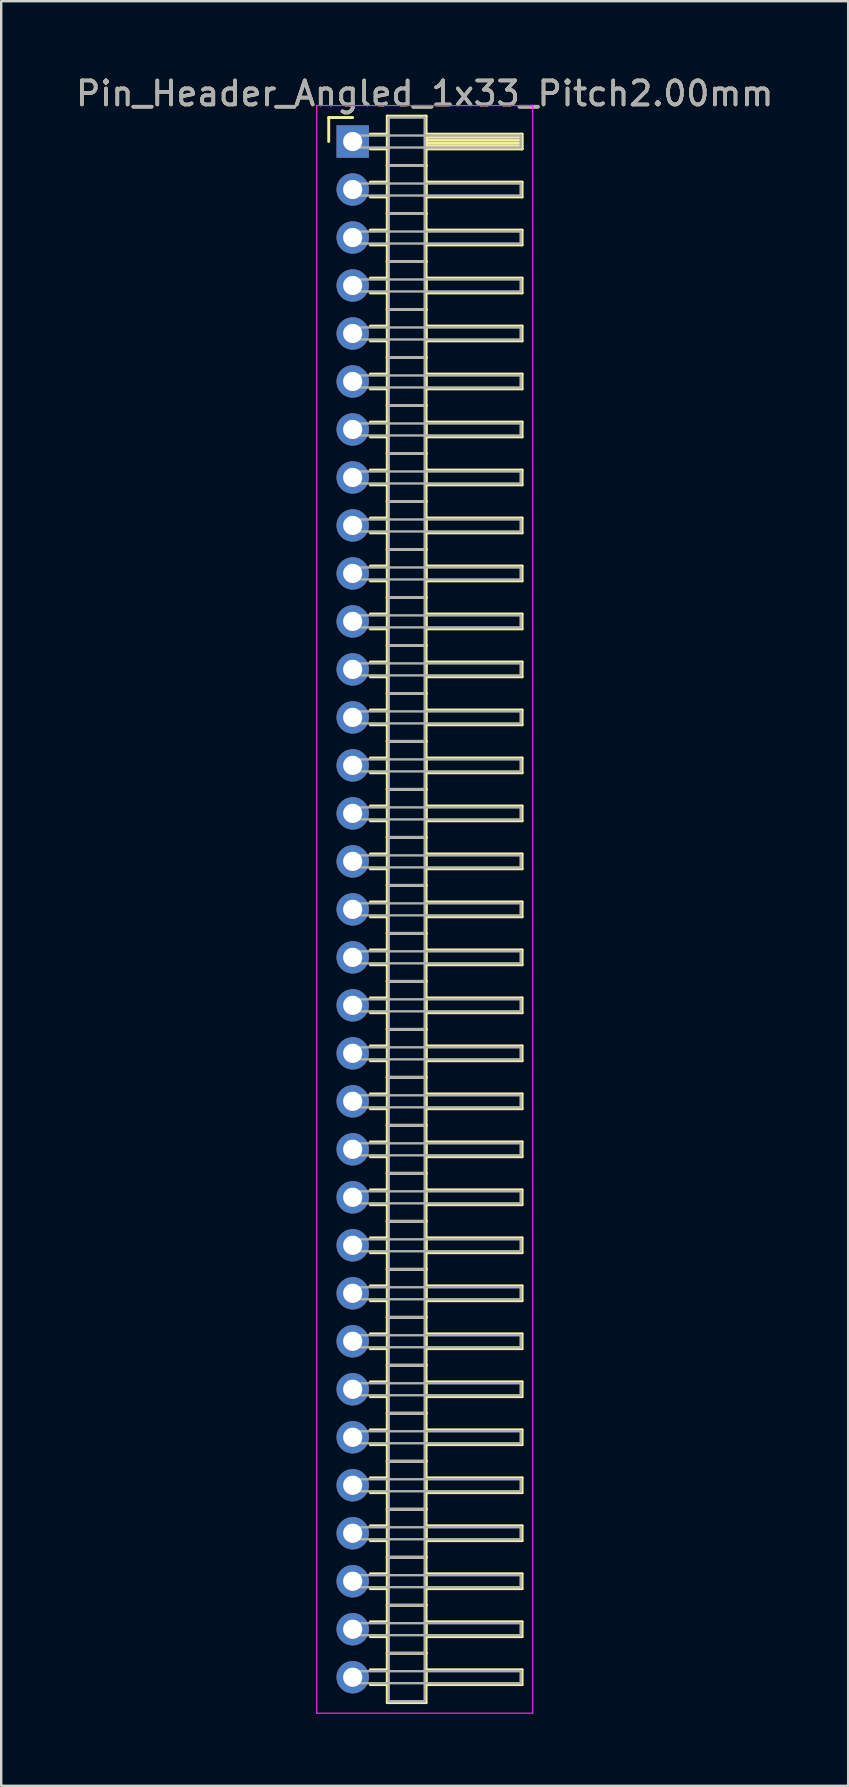
<source format=kicad_pcb>
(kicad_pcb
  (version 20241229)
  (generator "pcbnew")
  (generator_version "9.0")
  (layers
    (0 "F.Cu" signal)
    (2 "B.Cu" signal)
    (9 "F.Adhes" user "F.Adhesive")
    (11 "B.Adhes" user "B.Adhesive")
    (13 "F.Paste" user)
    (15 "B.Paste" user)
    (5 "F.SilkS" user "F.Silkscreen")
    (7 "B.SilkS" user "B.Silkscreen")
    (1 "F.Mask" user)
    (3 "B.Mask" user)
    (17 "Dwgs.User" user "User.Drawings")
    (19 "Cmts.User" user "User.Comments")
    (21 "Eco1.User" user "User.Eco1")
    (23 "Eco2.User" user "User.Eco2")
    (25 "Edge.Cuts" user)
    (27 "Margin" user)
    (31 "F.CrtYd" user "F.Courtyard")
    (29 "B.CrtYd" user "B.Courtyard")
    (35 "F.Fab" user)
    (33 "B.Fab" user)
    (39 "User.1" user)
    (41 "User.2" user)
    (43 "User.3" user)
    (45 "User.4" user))
  (footprint "Pin_Header_Angled_1x33_Pitch2.00mm"
    (layer "F.Cu")
    (at 11.649 2.848)
    (property "Reference" "Pin_Header_Angled_1x33_Pitch2.00mm" (at 3 -2 0) (layer "F.SilkS") (effects (font (size 1 1) (thickness 0.15))))
    (attr through_hole)
    (fp_line (start -1 -1) (end 0 -1) (stroke (width 0.12) (type solid)) (layer "F.SilkS"))
    (fp_line (start -1 0) (end -1 -1) (stroke (width 0.12) (type solid)) (layer "F.SilkS"))
    (fp_line (start 0.735 -0.31) (end 1.44 -0.31) (stroke (width 0.12) (type solid)) (layer "F.SilkS"))
    (fp_line (start 0.735 0.31) (end 1.44 0.31) (stroke (width 0.12) (type solid)) (layer "F.SilkS"))
    (fp_line (start 0.735 1.69) (end 1.44 1.69) (stroke (width 0.12) (type solid)) (layer "F.SilkS"))
    (fp_line (start 0.735 2.31) (end 1.44 2.31) (stroke (width 0.12) (type solid)) (layer "F.SilkS"))
    (fp_line (start 0.735 3.69) (end 1.44 3.69) (stroke (width 0.12) (type solid)) (layer "F.SilkS"))
    (fp_line (start 0.735 4.31) (end 1.44 4.31) (stroke (width 0.12) (type solid)) (layer "F.SilkS"))
    (fp_line (start 0.735 5.69) (end 1.44 5.69) (stroke (width 0.12) (type solid)) (layer "F.SilkS"))
    (fp_line (start 0.735 6.31) (end 1.44 6.31) (stroke (width 0.12) (type solid)) (layer "F.SilkS"))
    (fp_line (start 0.735 7.69) (end 1.44 7.69) (stroke (width 0.12) (type solid)) (layer "F.SilkS"))
    (fp_line (start 0.735 8.31) (end 1.44 8.31) (stroke (width 0.12) (type solid)) (layer "F.SilkS"))
    (fp_line (start 0.735 9.69) (end 1.44 9.69) (stroke (width 0.12) (type solid)) (layer "F.SilkS"))
    (fp_line (start 0.735 10.31) (end 1.44 10.31) (stroke (width 0.12) (type solid)) (layer "F.SilkS"))
    (fp_line (start 0.735 11.69) (end 1.44 11.69) (stroke (width 0.12) (type solid)) (layer "F.SilkS"))
    (fp_line (start 0.735 12.31) (end 1.44 12.31) (stroke (width 0.12) (type solid)) (layer "F.SilkS"))
    (fp_line (start 0.735 13.69) (end 1.44 13.69) (stroke (width 0.12) (type solid)) (layer "F.SilkS"))
    (fp_line (start 0.735 14.31) (end 1.44 14.31) (stroke (width 0.12) (type solid)) (layer "F.SilkS"))
    (fp_line (start 0.735 15.69) (end 1.44 15.69) (stroke (width 0.12) (type solid)) (layer "F.SilkS"))
    (fp_line (start 0.735 16.31) (end 1.44 16.31) (stroke (width 0.12) (type solid)) (layer "F.SilkS"))
    (fp_line (start 0.735 17.69) (end 1.44 17.69) (stroke (width 0.12) (type solid)) (layer "F.SilkS"))
    (fp_line (start 0.735 18.31) (end 1.44 18.31) (stroke (width 0.12) (type solid)) (layer "F.SilkS"))
    (fp_line (start 0.735 19.69) (end 1.44 19.69) (stroke (width 0.12) (type solid)) (layer "F.SilkS"))
    (fp_line (start 0.735 20.31) (end 1.44 20.31) (stroke (width 0.12) (type solid)) (layer "F.SilkS"))
    (fp_line (start 0.735 21.69) (end 1.44 21.69) (stroke (width 0.12) (type solid)) (layer "F.SilkS"))
    (fp_line (start 0.735 22.31) (end 1.44 22.31) (stroke (width 0.12) (type solid)) (layer "F.SilkS"))
    (fp_line (start 0.735 23.69) (end 1.44 23.69) (stroke (width 0.12) (type solid)) (layer "F.SilkS"))
    (fp_line (start 0.735 24.31) (end 1.44 24.31) (stroke (width 0.12) (type solid)) (layer "F.SilkS"))
    (fp_line (start 0.735 25.69) (end 1.44 25.69) (stroke (width 0.12) (type solid)) (layer "F.SilkS"))
    (fp_line (start 0.735 26.31) (end 1.44 26.31) (stroke (width 0.12) (type solid)) (layer "F.SilkS"))
    (fp_line (start 0.735 27.69) (end 1.44 27.69) (stroke (width 0.12) (type solid)) (layer "F.SilkS"))
    (fp_line (start 0.735 28.31) (end 1.44 28.31) (stroke (width 0.12) (type solid)) (layer "F.SilkS"))
    (fp_line (start 0.735 29.69) (end 1.44 29.69) (stroke (width 0.12) (type solid)) (layer "F.SilkS"))
    (fp_line (start 0.735 30.31) (end 1.44 30.31) (stroke (width 0.12) (type solid)) (layer "F.SilkS"))
    (fp_line (start 0.735 31.69) (end 1.44 31.69) (stroke (width 0.12) (type solid)) (layer "F.SilkS"))
    (fp_line (start 0.735 32.31) (end 1.44 32.31) (stroke (width 0.12) (type solid)) (layer "F.SilkS"))
    (fp_line (start 0.735 33.69) (end 1.44 33.69) (stroke (width 0.12) (type solid)) (layer "F.SilkS"))
    (fp_line (start 0.735 34.31) (end 1.44 34.31) (stroke (width 0.12) (type solid)) (layer "F.SilkS"))
    (fp_line (start 0.735 35.69) (end 1.44 35.69) (stroke (width 0.12) (type solid)) (layer "F.SilkS"))
    (fp_line (start 0.735 36.31) (end 1.44 36.31) (stroke (width 0.12) (type solid)) (layer "F.SilkS"))
    (fp_line (start 0.735 37.69) (end 1.44 37.69) (stroke (width 0.12) (type solid)) (layer "F.SilkS"))
    (fp_line (start 0.735 38.31) (end 1.44 38.31) (stroke (width 0.12) (type solid)) (layer "F.SilkS"))
    (fp_line (start 0.735 39.69) (end 1.44 39.69) (stroke (width 0.12) (type solid)) (layer "F.SilkS"))
    (fp_line (start 0.735 40.31) (end 1.44 40.31) (stroke (width 0.12) (type solid)) (layer "F.SilkS"))
    (fp_line (start 0.735 41.69) (end 1.44 41.69) (stroke (width 0.12) (type solid)) (layer "F.SilkS"))
    (fp_line (start 0.735 42.31) (end 1.44 42.31) (stroke (width 0.12) (type solid)) (layer "F.SilkS"))
    (fp_line (start 0.735 43.69) (end 1.44 43.69) (stroke (width 0.12) (type solid)) (layer "F.SilkS"))
    (fp_line (start 0.735 44.31) (end 1.44 44.31) (stroke (width 0.12) (type solid)) (layer "F.SilkS"))
    (fp_line (start 0.735 45.69) (end 1.44 45.69) (stroke (width 0.12) (type solid)) (layer "F.SilkS"))
    (fp_line (start 0.735 46.31) (end 1.44 46.31) (stroke (width 0.12) (type solid)) (layer "F.SilkS"))
    (fp_line (start 0.735 47.69) (end 1.44 47.69) (stroke (width 0.12) (type solid)) (layer "F.SilkS"))
    (fp_line (start 0.735 48.31) (end 1.44 48.31) (stroke (width 0.12) (type solid)) (layer "F.SilkS"))
    (fp_line (start 0.735 49.69) (end 1.44 49.69) (stroke (width 0.12) (type solid)) (layer "F.SilkS"))
    (fp_line (start 0.735 50.31) (end 1.44 50.31) (stroke (width 0.12) (type solid)) (layer "F.SilkS"))
    (fp_line (start 0.735 51.69) (end 1.44 51.69) (stroke (width 0.12) (type solid)) (layer "F.SilkS"))
    (fp_line (start 0.735 52.31) (end 1.44 52.31) (stroke (width 0.12) (type solid)) (layer "F.SilkS"))
    (fp_line (start 0.735 53.69) (end 1.44 53.69) (stroke (width 0.12) (type solid)) (layer "F.SilkS"))
    (fp_line (start 0.735 54.31) (end 1.44 54.31) (stroke (width 0.12) (type solid)) (layer "F.SilkS"))
    (fp_line (start 0.735 55.69) (end 1.44 55.69) (stroke (width 0.12) (type solid)) (layer "F.SilkS"))
    (fp_line (start 0.735 56.31) (end 1.44 56.31) (stroke (width 0.12) (type solid)) (layer "F.SilkS"))
    (fp_line (start 0.735 57.69) (end 1.44 57.69) (stroke (width 0.12) (type solid)) (layer "F.SilkS"))
    (fp_line (start 0.735 58.31) (end 1.44 58.31) (stroke (width 0.12) (type solid)) (layer "F.SilkS"))
    (fp_line (start 0.735 59.69) (end 1.44 59.69) (stroke (width 0.12) (type solid)) (layer "F.SilkS"))
    (fp_line (start 0.735 60.31) (end 1.44 60.31) (stroke (width 0.12) (type solid)) (layer "F.SilkS"))
    (fp_line (start 0.735 61.69) (end 1.44 61.69) (stroke (width 0.12) (type solid)) (layer "F.SilkS"))
    (fp_line (start 0.735 62.31) (end 1.44 62.31) (stroke (width 0.12) (type solid)) (layer "F.SilkS"))
    (fp_line (start 0.735 63.69) (end 1.44 63.69) (stroke (width 0.12) (type solid)) (layer "F.SilkS"))
    (fp_line (start 0.735 64.31) (end 1.44 64.31) (stroke (width 0.12) (type solid)) (layer "F.SilkS"))
    (fp_line (start 1.44 -1.06) (end 1.44 1) (stroke (width 0.12) (type solid)) (layer "F.SilkS"))
    (fp_line (start 1.44 1) (end 1.44 3) (stroke (width 0.12) (type solid)) (layer "F.SilkS"))
    (fp_line (start 1.44 1) (end 3.06 1) (stroke (width 0.12) (type solid)) (layer "F.SilkS"))
    (fp_line (start 1.44 3) (end 1.44 5) (stroke (width 0.12) (type solid)) (layer "F.SilkS"))
    (fp_line (start 1.44 3) (end 3.06 3) (stroke (width 0.12) (type solid)) (layer "F.SilkS"))
    (fp_line (start 1.44 5) (end 1.44 7) (stroke (width 0.12) (type solid)) (layer "F.SilkS"))
    (fp_line (start 1.44 5) (end 3.06 5) (stroke (width 0.12) (type solid)) (layer "F.SilkS"))
    (fp_line (start 1.44 7) (end 1.44 9) (stroke (width 0.12) (type solid)) (layer "F.SilkS"))
    (fp_line (start 1.44 7) (end 3.06 7) (stroke (width 0.12) (type solid)) (layer "F.SilkS"))
    (fp_line (start 1.44 9) (end 1.44 11) (stroke (width 0.12) (type solid)) (layer "F.SilkS"))
    (fp_line (start 1.44 9) (end 3.06 9) (stroke (width 0.12) (type solid)) (layer "F.SilkS"))
    (fp_line (start 1.44 11) (end 1.44 13) (stroke (width 0.12) (type solid)) (layer "F.SilkS"))
    (fp_line (start 1.44 11) (end 3.06 11) (stroke (width 0.12) (type solid)) (layer "F.SilkS"))
    (fp_line (start 1.44 13) (end 1.44 15) (stroke (width 0.12) (type solid)) (layer "F.SilkS"))
    (fp_line (start 1.44 13) (end 3.06 13) (stroke (width 0.12) (type solid)) (layer "F.SilkS"))
    (fp_line (start 1.44 15) (end 1.44 17) (stroke (width 0.12) (type solid)) (layer "F.SilkS"))
    (fp_line (start 1.44 15) (end 3.06 15) (stroke (width 0.12) (type solid)) (layer "F.SilkS"))
    (fp_line (start 1.44 17) (end 1.44 19) (stroke (width 0.12) (type solid)) (layer "F.SilkS"))
    (fp_line (start 1.44 17) (end 3.06 17) (stroke (width 0.12) (type solid)) (layer "F.SilkS"))
    (fp_line (start 1.44 19) (end 1.44 21) (stroke (width 0.12) (type solid)) (layer "F.SilkS"))
    (fp_line (start 1.44 19) (end 3.06 19) (stroke (width 0.12) (type solid)) (layer "F.SilkS"))
    (fp_line (start 1.44 21) (end 1.44 23) (stroke (width 0.12) (type solid)) (layer "F.SilkS"))
    (fp_line (start 1.44 21) (end 3.06 21) (stroke (width 0.12) (type solid)) (layer "F.SilkS"))
    (fp_line (start 1.44 23) (end 1.44 25) (stroke (width 0.12) (type solid)) (layer "F.SilkS"))
    (fp_line (start 1.44 23) (end 3.06 23) (stroke (width 0.12) (type solid)) (layer "F.SilkS"))
    (fp_line (start 1.44 25) (end 1.44 27) (stroke (width 0.12) (type solid)) (layer "F.SilkS"))
    (fp_line (start 1.44 25) (end 3.06 25) (stroke (width 0.12) (type solid)) (layer "F.SilkS"))
    (fp_line (start 1.44 27) (end 1.44 29) (stroke (width 0.12) (type solid)) (layer "F.SilkS"))
    (fp_line (start 1.44 27) (end 3.06 27) (stroke (width 0.12) (type solid)) (layer "F.SilkS"))
    (fp_line (start 1.44 29) (end 1.44 31) (stroke (width 0.12) (type solid)) (layer "F.SilkS"))
    (fp_line (start 1.44 29) (end 3.06 29) (stroke (width 0.12) (type solid)) (layer "F.SilkS"))
    (fp_line (start 1.44 31) (end 1.44 33) (stroke (width 0.12) (type solid)) (layer "F.SilkS"))
    (fp_line (start 1.44 31) (end 3.06 31) (stroke (width 0.12) (type solid)) (layer "F.SilkS"))
    (fp_line (start 1.44 33) (end 1.44 35) (stroke (width 0.12) (type solid)) (layer "F.SilkS"))
    (fp_line (start 1.44 33) (end 3.06 33) (stroke (width 0.12) (type solid)) (layer "F.SilkS"))
    (fp_line (start 1.44 35) (end 1.44 37) (stroke (width 0.12) (type solid)) (layer "F.SilkS"))
    (fp_line (start 1.44 35) (end 3.06 35) (stroke (width 0.12) (type solid)) (layer "F.SilkS"))
    (fp_line (start 1.44 37) (end 1.44 39) (stroke (width 0.12) (type solid)) (layer "F.SilkS"))
    (fp_line (start 1.44 37) (end 3.06 37) (stroke (width 0.12) (type solid)) (layer "F.SilkS"))
    (fp_line (start 1.44 39) (end 1.44 41) (stroke (width 0.12) (type solid)) (layer "F.SilkS"))
    (fp_line (start 1.44 39) (end 3.06 39) (stroke (width 0.12) (type solid)) (layer "F.SilkS"))
    (fp_line (start 1.44 41) (end 1.44 43) (stroke (width 0.12) (type solid)) (layer "F.SilkS"))
    (fp_line (start 1.44 41) (end 3.06 41) (stroke (width 0.12) (type solid)) (layer "F.SilkS"))
    (fp_line (start 1.44 43) (end 1.44 45) (stroke (width 0.12) (type solid)) (layer "F.SilkS"))
    (fp_line (start 1.44 43) (end 3.06 43) (stroke (width 0.12) (type solid)) (layer "F.SilkS"))
    (fp_line (start 1.44 45) (end 1.44 47) (stroke (width 0.12) (type solid)) (layer "F.SilkS"))
    (fp_line (start 1.44 45) (end 3.06 45) (stroke (width 0.12) (type solid)) (layer "F.SilkS"))
    (fp_line (start 1.44 47) (end 1.44 49) (stroke (width 0.12) (type solid)) (layer "F.SilkS"))
    (fp_line (start 1.44 47) (end 3.06 47) (stroke (width 0.12) (type solid)) (layer "F.SilkS"))
    (fp_line (start 1.44 49) (end 1.44 51) (stroke (width 0.12) (type solid)) (layer "F.SilkS"))
    (fp_line (start 1.44 49) (end 3.06 49) (stroke (width 0.12) (type solid)) (layer "F.SilkS"))
    (fp_line (start 1.44 51) (end 1.44 53) (stroke (width 0.12) (type solid)) (layer "F.SilkS"))
    (fp_line (start 1.44 51) (end 3.06 51) (stroke (width 0.12) (type solid)) (layer "F.SilkS"))
    (fp_line (start 1.44 53) (end 1.44 55) (stroke (width 0.12) (type solid)) (layer "F.SilkS"))
    (fp_line (start 1.44 53) (end 3.06 53) (stroke (width 0.12) (type solid)) (layer "F.SilkS"))
    (fp_line (start 1.44 55) (end 1.44 57) (stroke (width 0.12) (type solid)) (layer "F.SilkS"))
    (fp_line (start 1.44 55) (end 3.06 55) (stroke (width 0.12) (type solid)) (layer "F.SilkS"))
    (fp_line (start 1.44 57) (end 1.44 59) (stroke (width 0.12) (type solid)) (layer "F.SilkS"))
    (fp_line (start 1.44 57) (end 3.06 57) (stroke (width 0.12) (type solid)) (layer "F.SilkS"))
    (fp_line (start 1.44 59) (end 1.44 61) (stroke (width 0.12) (type solid)) (layer "F.SilkS"))
    (fp_line (start 1.44 59) (end 3.06 59) (stroke (width 0.12) (type solid)) (layer "F.SilkS"))
    (fp_line (start 1.44 61) (end 1.44 63) (stroke (width 0.12) (type solid)) (layer "F.SilkS"))
    (fp_line (start 1.44 61) (end 3.06 61) (stroke (width 0.12) (type solid)) (layer "F.SilkS"))
    (fp_line (start 1.44 63) (end 1.44 65.06) (stroke (width 0.12) (type solid)) (layer "F.SilkS"))
    (fp_line (start 1.44 63) (end 3.06 63) (stroke (width 0.12) (type solid)) (layer "F.SilkS"))
    (fp_line (start 1.44 65.06) (end 3.06 65.06) (stroke (width 0.12) (type solid)) (layer "F.SilkS"))
    (fp_line (start 3.06 -1.06) (end 1.44 -1.06) (stroke (width 0.12) (type solid)) (layer "F.SilkS"))
    (fp_line (start 3.06 -0.31) (end 3.06 0.31) (stroke (width 0.12) (type solid)) (layer "F.SilkS"))
    (fp_line (start 3.06 -0.19) (end 7.06 -0.19) (stroke (width 0.12) (type solid)) (layer "F.SilkS"))
    (fp_line (start 3.06 -0.07) (end 7.06 -0.07) (stroke (width 0.12) (type solid)) (layer "F.SilkS"))
    (fp_line (start 3.06 0.05) (end 7.06 0.05) (stroke (width 0.12) (type solid)) (layer "F.SilkS"))
    (fp_line (start 3.06 0.17) (end 7.06 0.17) (stroke (width 0.12) (type solid)) (layer "F.SilkS"))
    (fp_line (start 3.06 0.29) (end 7.06 0.29) (stroke (width 0.12) (type solid)) (layer "F.SilkS"))
    (fp_line (start 3.06 0.31) (end 7.06 0.31) (stroke (width 0.12) (type solid)) (layer "F.SilkS"))
    (fp_line (start 3.06 1) (end 1.44 1) (stroke (width 0.12) (type solid)) (layer "F.SilkS"))
    (fp_line (start 3.06 1) (end 3.06 -1.06) (stroke (width 0.12) (type solid)) (layer "F.SilkS"))
    (fp_line (start 3.06 1.69) (end 3.06 2.31) (stroke (width 0.12) (type solid)) (layer "F.SilkS"))
    (fp_line (start 3.06 2.31) (end 7.06 2.31) (stroke (width 0.12) (type solid)) (layer "F.SilkS"))
    (fp_line (start 3.06 3) (end 1.44 3) (stroke (width 0.12) (type solid)) (layer "F.SilkS"))
    (fp_line (start 3.06 3) (end 3.06 1) (stroke (width 0.12) (type solid)) (layer "F.SilkS"))
    (fp_line (start 3.06 3.69) (end 3.06 4.31) (stroke (width 0.12) (type solid)) (layer "F.SilkS"))
    (fp_line (start 3.06 4.31) (end 7.06 4.31) (stroke (width 0.12) (type solid)) (layer "F.SilkS"))
    (fp_line (start 3.06 5) (end 1.44 5) (stroke (width 0.12) (type solid)) (layer "F.SilkS"))
    (fp_line (start 3.06 5) (end 3.06 3) (stroke (width 0.12) (type solid)) (layer "F.SilkS"))
    (fp_line (start 3.06 5.69) (end 3.06 6.31) (stroke (width 0.12) (type solid)) (layer "F.SilkS"))
    (fp_line (start 3.06 6.31) (end 7.06 6.31) (stroke (width 0.12) (type solid)) (layer "F.SilkS"))
    (fp_line (start 3.06 7) (end 1.44 7) (stroke (width 0.12) (type solid)) (layer "F.SilkS"))
    (fp_line (start 3.06 7) (end 3.06 5) (stroke (width 0.12) (type solid)) (layer "F.SilkS"))
    (fp_line (start 3.06 7.69) (end 3.06 8.31) (stroke (width 0.12) (type solid)) (layer "F.SilkS"))
    (fp_line (start 3.06 8.31) (end 7.06 8.31) (stroke (width 0.12) (type solid)) (layer "F.SilkS"))
    (fp_line (start 3.06 9) (end 1.44 9) (stroke (width 0.12) (type solid)) (layer "F.SilkS"))
    (fp_line (start 3.06 9) (end 3.06 7) (stroke (width 0.12) (type solid)) (layer "F.SilkS"))
    (fp_line (start 3.06 9.69) (end 3.06 10.31) (stroke (width 0.12) (type solid)) (layer "F.SilkS"))
    (fp_line (start 3.06 10.31) (end 7.06 10.31) (stroke (width 0.12) (type solid)) (layer "F.SilkS"))
    (fp_line (start 3.06 11) (end 1.44 11) (stroke (width 0.12) (type solid)) (layer "F.SilkS"))
    (fp_line (start 3.06 11) (end 3.06 9) (stroke (width 0.12) (type solid)) (layer "F.SilkS"))
    (fp_line (start 3.06 11.69) (end 3.06 12.31) (stroke (width 0.12) (type solid)) (layer "F.SilkS"))
    (fp_line (start 3.06 12.31) (end 7.06 12.31) (stroke (width 0.12) (type solid)) (layer "F.SilkS"))
    (fp_line (start 3.06 13) (end 1.44 13) (stroke (width 0.12) (type solid)) (layer "F.SilkS"))
    (fp_line (start 3.06 13) (end 3.06 11) (stroke (width 0.12) (type solid)) (layer "F.SilkS"))
    (fp_line (start 3.06 13.69) (end 3.06 14.31) (stroke (width 0.12) (type solid)) (layer "F.SilkS"))
    (fp_line (start 3.06 14.31) (end 7.06 14.31) (stroke (width 0.12) (type solid)) (layer "F.SilkS"))
    (fp_line (start 3.06 15) (end 1.44 15) (stroke (width 0.12) (type solid)) (layer "F.SilkS"))
    (fp_line (start 3.06 15) (end 3.06 13) (stroke (width 0.12) (type solid)) (layer "F.SilkS"))
    (fp_line (start 3.06 15.69) (end 3.06 16.31) (stroke (width 0.12) (type solid)) (layer "F.SilkS"))
    (fp_line (start 3.06 16.31) (end 7.06 16.31) (stroke (width 0.12) (type solid)) (layer "F.SilkS"))
    (fp_line (start 3.06 17) (end 1.44 17) (stroke (width 0.12) (type solid)) (layer "F.SilkS"))
    (fp_line (start 3.06 17) (end 3.06 15) (stroke (width 0.12) (type solid)) (layer "F.SilkS"))
    (fp_line (start 3.06 17.69) (end 3.06 18.31) (stroke (width 0.12) (type solid)) (layer "F.SilkS"))
    (fp_line (start 3.06 18.31) (end 7.06 18.31) (stroke (width 0.12) (type solid)) (layer "F.SilkS"))
    (fp_line (start 3.06 19) (end 1.44 19) (stroke (width 0.12) (type solid)) (layer "F.SilkS"))
    (fp_line (start 3.06 19) (end 3.06 17) (stroke (width 0.12) (type solid)) (layer "F.SilkS"))
    (fp_line (start 3.06 19.69) (end 3.06 20.31) (stroke (width 0.12) (type solid)) (layer "F.SilkS"))
    (fp_line (start 3.06 20.31) (end 7.06 20.31) (stroke (width 0.12) (type solid)) (layer "F.SilkS"))
    (fp_line (start 3.06 21) (end 1.44 21) (stroke (width 0.12) (type solid)) (layer "F.SilkS"))
    (fp_line (start 3.06 21) (end 3.06 19) (stroke (width 0.12) (type solid)) (layer "F.SilkS"))
    (fp_line (start 3.06 21.69) (end 3.06 22.31) (stroke (width 0.12) (type solid)) (layer "F.SilkS"))
    (fp_line (start 3.06 22.31) (end 7.06 22.31) (stroke (width 0.12) (type solid)) (layer "F.SilkS"))
    (fp_line (start 3.06 23) (end 1.44 23) (stroke (width 0.12) (type solid)) (layer "F.SilkS"))
    (fp_line (start 3.06 23) (end 3.06 21) (stroke (width 0.12) (type solid)) (layer "F.SilkS"))
    (fp_line (start 3.06 23.69) (end 3.06 24.31) (stroke (width 0.12) (type solid)) (layer "F.SilkS"))
    (fp_line (start 3.06 24.31) (end 7.06 24.31) (stroke (width 0.12) (type solid)) (layer "F.SilkS"))
    (fp_line (start 3.06 25) (end 1.44 25) (stroke (width 0.12) (type solid)) (layer "F.SilkS"))
    (fp_line (start 3.06 25) (end 3.06 23) (stroke (width 0.12) (type solid)) (layer "F.SilkS"))
    (fp_line (start 3.06 25.69) (end 3.06 26.31) (stroke (width 0.12) (type solid)) (layer "F.SilkS"))
    (fp_line (start 3.06 26.31) (end 7.06 26.31) (stroke (width 0.12) (type solid)) (layer "F.SilkS"))
    (fp_line (start 3.06 27) (end 1.44 27) (stroke (width 0.12) (type solid)) (layer "F.SilkS"))
    (fp_line (start 3.06 27) (end 3.06 25) (stroke (width 0.12) (type solid)) (layer "F.SilkS"))
    (fp_line (start 3.06 27.69) (end 3.06 28.31) (stroke (width 0.12) (type solid)) (layer "F.SilkS"))
    (fp_line (start 3.06 28.31) (end 7.06 28.31) (stroke (width 0.12) (type solid)) (layer "F.SilkS"))
    (fp_line (start 3.06 29) (end 1.44 29) (stroke (width 0.12) (type solid)) (layer "F.SilkS"))
    (fp_line (start 3.06 29) (end 3.06 27) (stroke (width 0.12) (type solid)) (layer "F.SilkS"))
    (fp_line (start 3.06 29.69) (end 3.06 30.31) (stroke (width 0.12) (type solid)) (layer "F.SilkS"))
    (fp_line (start 3.06 30.31) (end 7.06 30.31) (stroke (width 0.12) (type solid)) (layer "F.SilkS"))
    (fp_line (start 3.06 31) (end 1.44 31) (stroke (width 0.12) (type solid)) (layer "F.SilkS"))
    (fp_line (start 3.06 31) (end 3.06 29) (stroke (width 0.12) (type solid)) (layer "F.SilkS"))
    (fp_line (start 3.06 31.69) (end 3.06 32.31) (stroke (width 0.12) (type solid)) (layer "F.SilkS"))
    (fp_line (start 3.06 32.31) (end 7.06 32.31) (stroke (width 0.12) (type solid)) (layer "F.SilkS"))
    (fp_line (start 3.06 33) (end 1.44 33) (stroke (width 0.12) (type solid)) (layer "F.SilkS"))
    (fp_line (start 3.06 33) (end 3.06 31) (stroke (width 0.12) (type solid)) (layer "F.SilkS"))
    (fp_line (start 3.06 33.69) (end 3.06 34.31) (stroke (width 0.12) (type solid)) (layer "F.SilkS"))
    (fp_line (start 3.06 34.31) (end 7.06 34.31) (stroke (width 0.12) (type solid)) (layer "F.SilkS"))
    (fp_line (start 3.06 35) (end 1.44 35) (stroke (width 0.12) (type solid)) (layer "F.SilkS"))
    (fp_line (start 3.06 35) (end 3.06 33) (stroke (width 0.12) (type solid)) (layer "F.SilkS"))
    (fp_line (start 3.06 35.69) (end 3.06 36.31) (stroke (width 0.12) (type solid)) (layer "F.SilkS"))
    (fp_line (start 3.06 36.31) (end 7.06 36.31) (stroke (width 0.12) (type solid)) (layer "F.SilkS"))
    (fp_line (start 3.06 37) (end 1.44 37) (stroke (width 0.12) (type solid)) (layer "F.SilkS"))
    (fp_line (start 3.06 37) (end 3.06 35) (stroke (width 0.12) (type solid)) (layer "F.SilkS"))
    (fp_line (start 3.06 37.69) (end 3.06 38.31) (stroke (width 0.12) (type solid)) (layer "F.SilkS"))
    (fp_line (start 3.06 38.31) (end 7.06 38.31) (stroke (width 0.12) (type solid)) (layer "F.SilkS"))
    (fp_line (start 3.06 39) (end 1.44 39) (stroke (width 0.12) (type solid)) (layer "F.SilkS"))
    (fp_line (start 3.06 39) (end 3.06 37) (stroke (width 0.12) (type solid)) (layer "F.SilkS"))
    (fp_line (start 3.06 39.69) (end 3.06 40.31) (stroke (width 0.12) (type solid)) (layer "F.SilkS"))
    (fp_line (start 3.06 40.31) (end 7.06 40.31) (stroke (width 0.12) (type solid)) (layer "F.SilkS"))
    (fp_line (start 3.06 41) (end 1.44 41) (stroke (width 0.12) (type solid)) (layer "F.SilkS"))
    (fp_line (start 3.06 41) (end 3.06 39) (stroke (width 0.12) (type solid)) (layer "F.SilkS"))
    (fp_line (start 3.06 41.69) (end 3.06 42.31) (stroke (width 0.12) (type solid)) (layer "F.SilkS"))
    (fp_line (start 3.06 42.31) (end 7.06 42.31) (stroke (width 0.12) (type solid)) (layer "F.SilkS"))
    (fp_line (start 3.06 43) (end 1.44 43) (stroke (width 0.12) (type solid)) (layer "F.SilkS"))
    (fp_line (start 3.06 43) (end 3.06 41) (stroke (width 0.12) (type solid)) (layer "F.SilkS"))
    (fp_line (start 3.06 43.69) (end 3.06 44.31) (stroke (width 0.12) (type solid)) (layer "F.SilkS"))
    (fp_line (start 3.06 44.31) (end 7.06 44.31) (stroke (width 0.12) (type solid)) (layer "F.SilkS"))
    (fp_line (start 3.06 45) (end 1.44 45) (stroke (width 0.12) (type solid)) (layer "F.SilkS"))
    (fp_line (start 3.06 45) (end 3.06 43) (stroke (width 0.12) (type solid)) (layer "F.SilkS"))
    (fp_line (start 3.06 45.69) (end 3.06 46.31) (stroke (width 0.12) (type solid)) (layer "F.SilkS"))
    (fp_line (start 3.06 46.31) (end 7.06 46.31) (stroke (width 0.12) (type solid)) (layer "F.SilkS"))
    (fp_line (start 3.06 47) (end 1.44 47) (stroke (width 0.12) (type solid)) (layer "F.SilkS"))
    (fp_line (start 3.06 47) (end 3.06 45) (stroke (width 0.12) (type solid)) (layer "F.SilkS"))
    (fp_line (start 3.06 47.69) (end 3.06 48.31) (stroke (width 0.12) (type solid)) (layer "F.SilkS"))
    (fp_line (start 3.06 48.31) (end 7.06 48.31) (stroke (width 0.12) (type solid)) (layer "F.SilkS"))
    (fp_line (start 3.06 49) (end 1.44 49) (stroke (width 0.12) (type solid)) (layer "F.SilkS"))
    (fp_line (start 3.06 49) (end 3.06 47) (stroke (width 0.12) (type solid)) (layer "F.SilkS"))
    (fp_line (start 3.06 49.69) (end 3.06 50.31) (stroke (width 0.12) (type solid)) (layer "F.SilkS"))
    (fp_line (start 3.06 50.31) (end 7.06 50.31) (stroke (width 0.12) (type solid)) (layer "F.SilkS"))
    (fp_line (start 3.06 51) (end 1.44 51) (stroke (width 0.12) (type solid)) (layer "F.SilkS"))
    (fp_line (start 3.06 51) (end 3.06 49) (stroke (width 0.12) (type solid)) (layer "F.SilkS"))
    (fp_line (start 3.06 51.69) (end 3.06 52.31) (stroke (width 0.12) (type solid)) (layer "F.SilkS"))
    (fp_line (start 3.06 52.31) (end 7.06 52.31) (stroke (width 0.12) (type solid)) (layer "F.SilkS"))
    (fp_line (start 3.06 53) (end 1.44 53) (stroke (width 0.12) (type solid)) (layer "F.SilkS"))
    (fp_line (start 3.06 53) (end 3.06 51) (stroke (width 0.12) (type solid)) (layer "F.SilkS"))
    (fp_line (start 3.06 53.69) (end 3.06 54.31) (stroke (width 0.12) (type solid)) (layer "F.SilkS"))
    (fp_line (start 3.06 54.31) (end 7.06 54.31) (stroke (width 0.12) (type solid)) (layer "F.SilkS"))
    (fp_line (start 3.06 55) (end 1.44 55) (stroke (width 0.12) (type solid)) (layer "F.SilkS"))
    (fp_line (start 3.06 55) (end 3.06 53) (stroke (width 0.12) (type solid)) (layer "F.SilkS"))
    (fp_line (start 3.06 55.69) (end 3.06 56.31) (stroke (width 0.12) (type solid)) (layer "F.SilkS"))
    (fp_line (start 3.06 56.31) (end 7.06 56.31) (stroke (width 0.12) (type solid)) (layer "F.SilkS"))
    (fp_line (start 3.06 57) (end 1.44 57) (stroke (width 0.12) (type solid)) (layer "F.SilkS"))
    (fp_line (start 3.06 57) (end 3.06 55) (stroke (width 0.12) (type solid)) (layer "F.SilkS"))
    (fp_line (start 3.06 57.69) (end 3.06 58.31) (stroke (width 0.12) (type solid)) (layer "F.SilkS"))
    (fp_line (start 3.06 58.31) (end 7.06 58.31) (stroke (width 0.12) (type solid)) (layer "F.SilkS"))
    (fp_line (start 3.06 59) (end 1.44 59) (stroke (width 0.12) (type solid)) (layer "F.SilkS"))
    (fp_line (start 3.06 59) (end 3.06 57) (stroke (width 0.12) (type solid)) (layer "F.SilkS"))
    (fp_line (start 3.06 59.69) (end 3.06 60.31) (stroke (width 0.12) (type solid)) (layer "F.SilkS"))
    (fp_line (start 3.06 60.31) (end 7.06 60.31) (stroke (width 0.12) (type solid)) (layer "F.SilkS"))
    (fp_line (start 3.06 61) (end 1.44 61) (stroke (width 0.12) (type solid)) (layer "F.SilkS"))
    (fp_line (start 3.06 61) (end 3.06 59) (stroke (width 0.12) (type solid)) (layer "F.SilkS"))
    (fp_line (start 3.06 61.69) (end 3.06 62.31) (stroke (width 0.12) (type solid)) (layer "F.SilkS"))
    (fp_line (start 3.06 62.31) (end 7.06 62.31) (stroke (width 0.12) (type solid)) (layer "F.SilkS"))
    (fp_line (start 3.06 63) (end 1.44 63) (stroke (width 0.12) (type solid)) (layer "F.SilkS"))
    (fp_line (start 3.06 63) (end 3.06 61) (stroke (width 0.12) (type solid)) (layer "F.SilkS"))
    (fp_line (start 3.06 63.69) (end 3.06 64.31) (stroke (width 0.12) (type solid)) (layer "F.SilkS"))
    (fp_line (start 3.06 64.31) (end 7.06 64.31) (stroke (width 0.12) (type solid)) (layer "F.SilkS"))
    (fp_line (start 3.06 65.06) (end 3.06 63) (stroke (width 0.12) (type solid)) (layer "F.SilkS"))
    (fp_line (start 7.06 -0.31) (end 3.06 -0.31) (stroke (width 0.12) (type solid)) (layer "F.SilkS"))
    (fp_line (start 7.06 0.31) (end 7.06 -0.31) (stroke (width 0.12) (type solid)) (layer "F.SilkS"))
    (fp_line (start 7.06 1.69) (end 3.06 1.69) (stroke (width 0.12) (type solid)) (layer "F.SilkS"))
    (fp_line (start 7.06 2.31) (end 7.06 1.69) (stroke (width 0.12) (type solid)) (layer "F.SilkS"))
    (fp_line (start 7.06 3.69) (end 3.06 3.69) (stroke (width 0.12) (type solid)) (layer "F.SilkS"))
    (fp_line (start 7.06 4.31) (end 7.06 3.69) (stroke (width 0.12) (type solid)) (layer "F.SilkS"))
    (fp_line (start 7.06 5.69) (end 3.06 5.69) (stroke (width 0.12) (type solid)) (layer "F.SilkS"))
    (fp_line (start 7.06 6.31) (end 7.06 5.69) (stroke (width 0.12) (type solid)) (layer "F.SilkS"))
    (fp_line (start 7.06 7.69) (end 3.06 7.69) (stroke (width 0.12) (type solid)) (layer "F.SilkS"))
    (fp_line (start 7.06 8.31) (end 7.06 7.69) (stroke (width 0.12) (type solid)) (layer "F.SilkS"))
    (fp_line (start 7.06 9.69) (end 3.06 9.69) (stroke (width 0.12) (type solid)) (layer "F.SilkS"))
    (fp_line (start 7.06 10.31) (end 7.06 9.69) (stroke (width 0.12) (type solid)) (layer "F.SilkS"))
    (fp_line (start 7.06 11.69) (end 3.06 11.69) (stroke (width 0.12) (type solid)) (layer "F.SilkS"))
    (fp_line (start 7.06 12.31) (end 7.06 11.69) (stroke (width 0.12) (type solid)) (layer "F.SilkS"))
    (fp_line (start 7.06 13.69) (end 3.06 13.69) (stroke (width 0.12) (type solid)) (layer "F.SilkS"))
    (fp_line (start 7.06 14.31) (end 7.06 13.69) (stroke (width 0.12) (type solid)) (layer "F.SilkS"))
    (fp_line (start 7.06 15.69) (end 3.06 15.69) (stroke (width 0.12) (type solid)) (layer "F.SilkS"))
    (fp_line (start 7.06 16.31) (end 7.06 15.69) (stroke (width 0.12) (type solid)) (layer "F.SilkS"))
    (fp_line (start 7.06 17.69) (end 3.06 17.69) (stroke (width 0.12) (type solid)) (layer "F.SilkS"))
    (fp_line (start 7.06 18.31) (end 7.06 17.69) (stroke (width 0.12) (type solid)) (layer "F.SilkS"))
    (fp_line (start 7.06 19.69) (end 3.06 19.69) (stroke (width 0.12) (type solid)) (layer "F.SilkS"))
    (fp_line (start 7.06 20.31) (end 7.06 19.69) (stroke (width 0.12) (type solid)) (layer "F.SilkS"))
    (fp_line (start 7.06 21.69) (end 3.06 21.69) (stroke (width 0.12) (type solid)) (layer "F.SilkS"))
    (fp_line (start 7.06 22.31) (end 7.06 21.69) (stroke (width 0.12) (type solid)) (layer "F.SilkS"))
    (fp_line (start 7.06 23.69) (end 3.06 23.69) (stroke (width 0.12) (type solid)) (layer "F.SilkS"))
    (fp_line (start 7.06 24.31) (end 7.06 23.69) (stroke (width 0.12) (type solid)) (layer "F.SilkS"))
    (fp_line (start 7.06 25.69) (end 3.06 25.69) (stroke (width 0.12) (type solid)) (layer "F.SilkS"))
    (fp_line (start 7.06 26.31) (end 7.06 25.69) (stroke (width 0.12) (type solid)) (layer "F.SilkS"))
    (fp_line (start 7.06 27.69) (end 3.06 27.69) (stroke (width 0.12) (type solid)) (layer "F.SilkS"))
    (fp_line (start 7.06 28.31) (end 7.06 27.69) (stroke (width 0.12) (type solid)) (layer "F.SilkS"))
    (fp_line (start 7.06 29.69) (end 3.06 29.69) (stroke (width 0.12) (type solid)) (layer "F.SilkS"))
    (fp_line (start 7.06 30.31) (end 7.06 29.69) (stroke (width 0.12) (type solid)) (layer "F.SilkS"))
    (fp_line (start 7.06 31.69) (end 3.06 31.69) (stroke (width 0.12) (type solid)) (layer "F.SilkS"))
    (fp_line (start 7.06 32.31) (end 7.06 31.69) (stroke (width 0.12) (type solid)) (layer "F.SilkS"))
    (fp_line (start 7.06 33.69) (end 3.06 33.69) (stroke (width 0.12) (type solid)) (layer "F.SilkS"))
    (fp_line (start 7.06 34.31) (end 7.06 33.69) (stroke (width 0.12) (type solid)) (layer "F.SilkS"))
    (fp_line (start 7.06 35.69) (end 3.06 35.69) (stroke (width 0.12) (type solid)) (layer "F.SilkS"))
    (fp_line (start 7.06 36.31) (end 7.06 35.69) (stroke (width 0.12) (type solid)) (layer "F.SilkS"))
    (fp_line (start 7.06 37.69) (end 3.06 37.69) (stroke (width 0.12) (type solid)) (layer "F.SilkS"))
    (fp_line (start 7.06 38.31) (end 7.06 37.69) (stroke (width 0.12) (type solid)) (layer "F.SilkS"))
    (fp_line (start 7.06 39.69) (end 3.06 39.69) (stroke (width 0.12) (type solid)) (layer "F.SilkS"))
    (fp_line (start 7.06 40.31) (end 7.06 39.69) (stroke (width 0.12) (type solid)) (layer "F.SilkS"))
    (fp_line (start 7.06 41.69) (end 3.06 41.69) (stroke (width 0.12) (type solid)) (layer "F.SilkS"))
    (fp_line (start 7.06 42.31) (end 7.06 41.69) (stroke (width 0.12) (type solid)) (layer "F.SilkS"))
    (fp_line (start 7.06 43.69) (end 3.06 43.69) (stroke (width 0.12) (type solid)) (layer "F.SilkS"))
    (fp_line (start 7.06 44.31) (end 7.06 43.69) (stroke (width 0.12) (type solid)) (layer "F.SilkS"))
    (fp_line (start 7.06 45.69) (end 3.06 45.69) (stroke (width 0.12) (type solid)) (layer "F.SilkS"))
    (fp_line (start 7.06 46.31) (end 7.06 45.69) (stroke (width 0.12) (type solid)) (layer "F.SilkS"))
    (fp_line (start 7.06 47.69) (end 3.06 47.69) (stroke (width 0.12) (type solid)) (layer "F.SilkS"))
    (fp_line (start 7.06 48.31) (end 7.06 47.69) (stroke (width 0.12) (type solid)) (layer "F.SilkS"))
    (fp_line (start 7.06 49.69) (end 3.06 49.69) (stroke (width 0.12) (type solid)) (layer "F.SilkS"))
    (fp_line (start 7.06 50.31) (end 7.06 49.69) (stroke (width 0.12) (type solid)) (layer "F.SilkS"))
    (fp_line (start 7.06 51.69) (end 3.06 51.69) (stroke (width 0.12) (type solid)) (layer "F.SilkS"))
    (fp_line (start 7.06 52.31) (end 7.06 51.69) (stroke (width 0.12) (type solid)) (layer "F.SilkS"))
    (fp_line (start 7.06 53.69) (end 3.06 53.69) (stroke (width 0.12) (type solid)) (layer "F.SilkS"))
    (fp_line (start 7.06 54.31) (end 7.06 53.69) (stroke (width 0.12) (type solid)) (layer "F.SilkS"))
    (fp_line (start 7.06 55.69) (end 3.06 55.69) (stroke (width 0.12) (type solid)) (layer "F.SilkS"))
    (fp_line (start 7.06 56.31) (end 7.06 55.69) (stroke (width 0.12) (type solid)) (layer "F.SilkS"))
    (fp_line (start 7.06 57.69) (end 3.06 57.69) (stroke (width 0.12) (type solid)) (layer "F.SilkS"))
    (fp_line (start 7.06 58.31) (end 7.06 57.69) (stroke (width 0.12) (type solid)) (layer "F.SilkS"))
    (fp_line (start 7.06 59.69) (end 3.06 59.69) (stroke (width 0.12) (type solid)) (layer "F.SilkS"))
    (fp_line (start 7.06 60.31) (end 7.06 59.69) (stroke (width 0.12) (type solid)) (layer "F.SilkS"))
    (fp_line (start 7.06 61.69) (end 3.06 61.69) (stroke (width 0.12) (type solid)) (layer "F.SilkS"))
    (fp_line (start 7.06 62.31) (end 7.06 61.69) (stroke (width 0.12) (type solid)) (layer "F.SilkS"))
    (fp_line (start 7.06 63.69) (end 3.06 63.69) (stroke (width 0.12) (type solid)) (layer "F.SilkS"))
    (fp_line (start 7.06 64.31) (end 7.06 63.69) (stroke (width 0.12) (type solid)) (layer "F.SilkS"))
    (fp_line (start -1.5 -1.5) (end -1.5 65.5) (stroke (width 0.05) (type solid)) (layer "F.CrtYd"))
    (fp_line (start -1.5 65.5) (end 7.5 65.5) (stroke (width 0.05) (type solid)) (layer "F.CrtYd"))
    (fp_line (start 7.5 -1.5) (end -1.5 -1.5) (stroke (width 0.05) (type solid)) (layer "F.CrtYd"))
    (fp_line (start 7.5 65.5) (end 7.5 -1.5) (stroke (width 0.05) (type solid)) (layer "F.CrtYd"))
    (fp_line (start 0 -0.25) (end 0 0.25) (stroke (width 0.1) (type solid)) (layer "F.Fab"))
    (fp_line (start 0 0.25) (end 7 0.25) (stroke (width 0.1) (type solid)) (layer "F.Fab"))
    (fp_line (start 0 1.75) (end 0 2.25) (stroke (width 0.1) (type solid)) (layer "F.Fab"))
    (fp_line (start 0 2.25) (end 7 2.25) (stroke (width 0.1) (type solid)) (layer "F.Fab"))
    (fp_line (start 0 3.75) (end 0 4.25) (stroke (width 0.1) (type solid)) (layer "F.Fab"))
    (fp_line (start 0 4.25) (end 7 4.25) (stroke (width 0.1) (type solid)) (layer "F.Fab"))
    (fp_line (start 0 5.75) (end 0 6.25) (stroke (width 0.1) (type solid)) (layer "F.Fab"))
    (fp_line (start 0 6.25) (end 7 6.25) (stroke (width 0.1) (type solid)) (layer "F.Fab"))
    (fp_line (start 0 7.75) (end 0 8.25) (stroke (width 0.1) (type solid)) (layer "F.Fab"))
    (fp_line (start 0 8.25) (end 7 8.25) (stroke (width 0.1) (type solid)) (layer "F.Fab"))
    (fp_line (start 0 9.75) (end 0 10.25) (stroke (width 0.1) (type solid)) (layer "F.Fab"))
    (fp_line (start 0 10.25) (end 7 10.25) (stroke (width 0.1) (type solid)) (layer "F.Fab"))
    (fp_line (start 0 11.75) (end 0 12.25) (stroke (width 0.1) (type solid)) (layer "F.Fab"))
    (fp_line (start 0 12.25) (end 7 12.25) (stroke (width 0.1) (type solid)) (layer "F.Fab"))
    (fp_line (start 0 13.75) (end 0 14.25) (stroke (width 0.1) (type solid)) (layer "F.Fab"))
    (fp_line (start 0 14.25) (end 7 14.25) (stroke (width 0.1) (type solid)) (layer "F.Fab"))
    (fp_line (start 0 15.75) (end 0 16.25) (stroke (width 0.1) (type solid)) (layer "F.Fab"))
    (fp_line (start 0 16.25) (end 7 16.25) (stroke (width 0.1) (type solid)) (layer "F.Fab"))
    (fp_line (start 0 17.75) (end 0 18.25) (stroke (width 0.1) (type solid)) (layer "F.Fab"))
    (fp_line (start 0 18.25) (end 7 18.25) (stroke (width 0.1) (type solid)) (layer "F.Fab"))
    (fp_line (start 0 19.75) (end 0 20.25) (stroke (width 0.1) (type solid)) (layer "F.Fab"))
    (fp_line (start 0 20.25) (end 7 20.25) (stroke (width 0.1) (type solid)) (layer "F.Fab"))
    (fp_line (start 0 21.75) (end 0 22.25) (stroke (width 0.1) (type solid)) (layer "F.Fab"))
    (fp_line (start 0 22.25) (end 7 22.25) (stroke (width 0.1) (type solid)) (layer "F.Fab"))
    (fp_line (start 0 23.75) (end 0 24.25) (stroke (width 0.1) (type solid)) (layer "F.Fab"))
    (fp_line (start 0 24.25) (end 7 24.25) (stroke (width 0.1) (type solid)) (layer "F.Fab"))
    (fp_line (start 0 25.75) (end 0 26.25) (stroke (width 0.1) (type solid)) (layer "F.Fab"))
    (fp_line (start 0 26.25) (end 7 26.25) (stroke (width 0.1) (type solid)) (layer "F.Fab"))
    (fp_line (start 0 27.75) (end 0 28.25) (stroke (width 0.1) (type solid)) (layer "F.Fab"))
    (fp_line (start 0 28.25) (end 7 28.25) (stroke (width 0.1) (type solid)) (layer "F.Fab"))
    (fp_line (start 0 29.75) (end 0 30.25) (stroke (width 0.1) (type solid)) (layer "F.Fab"))
    (fp_line (start 0 30.25) (end 7 30.25) (stroke (width 0.1) (type solid)) (layer "F.Fab"))
    (fp_line (start 0 31.75) (end 0 32.25) (stroke (width 0.1) (type solid)) (layer "F.Fab"))
    (fp_line (start 0 32.25) (end 7 32.25) (stroke (width 0.1) (type solid)) (layer "F.Fab"))
    (fp_line (start 0 33.75) (end 0 34.25) (stroke (width 0.1) (type solid)) (layer "F.Fab"))
    (fp_line (start 0 34.25) (end 7 34.25) (stroke (width 0.1) (type solid)) (layer "F.Fab"))
    (fp_line (start 0 35.75) (end 0 36.25) (stroke (width 0.1) (type solid)) (layer "F.Fab"))
    (fp_line (start 0 36.25) (end 7 36.25) (stroke (width 0.1) (type solid)) (layer "F.Fab"))
    (fp_line (start 0 37.75) (end 0 38.25) (stroke (width 0.1) (type solid)) (layer "F.Fab"))
    (fp_line (start 0 38.25) (end 7 38.25) (stroke (width 0.1) (type solid)) (layer "F.Fab"))
    (fp_line (start 0 39.75) (end 0 40.25) (stroke (width 0.1) (type solid)) (layer "F.Fab"))
    (fp_line (start 0 40.25) (end 7 40.25) (stroke (width 0.1) (type solid)) (layer "F.Fab"))
    (fp_line (start 0 41.75) (end 0 42.25) (stroke (width 0.1) (type solid)) (layer "F.Fab"))
    (fp_line (start 0 42.25) (end 7 42.25) (stroke (width 0.1) (type solid)) (layer "F.Fab"))
    (fp_line (start 0 43.75) (end 0 44.25) (stroke (width 0.1) (type solid)) (layer "F.Fab"))
    (fp_line (start 0 44.25) (end 7 44.25) (stroke (width 0.1) (type solid)) (layer "F.Fab"))
    (fp_line (start 0 45.75) (end 0 46.25) (stroke (width 0.1) (type solid)) (layer "F.Fab"))
    (fp_line (start 0 46.25) (end 7 46.25) (stroke (width 0.1) (type solid)) (layer "F.Fab"))
    (fp_line (start 0 47.75) (end 0 48.25) (stroke (width 0.1) (type solid)) (layer "F.Fab"))
    (fp_line (start 0 48.25) (end 7 48.25) (stroke (width 0.1) (type solid)) (layer "F.Fab"))
    (fp_line (start 0 49.75) (end 0 50.25) (stroke (width 0.1) (type solid)) (layer "F.Fab"))
    (fp_line (start 0 50.25) (end 7 50.25) (stroke (width 0.1) (type solid)) (layer "F.Fab"))
    (fp_line (start 0 51.75) (end 0 52.25) (stroke (width 0.1) (type solid)) (layer "F.Fab"))
    (fp_line (start 0 52.25) (end 7 52.25) (stroke (width 0.1) (type solid)) (layer "F.Fab"))
    (fp_line (start 0 53.75) (end 0 54.25) (stroke (width 0.1) (type solid)) (layer "F.Fab"))
    (fp_line (start 0 54.25) (end 7 54.25) (stroke (width 0.1) (type solid)) (layer "F.Fab"))
    (fp_line (start 0 55.75) (end 0 56.25) (stroke (width 0.1) (type solid)) (layer "F.Fab"))
    (fp_line (start 0 56.25) (end 7 56.25) (stroke (width 0.1) (type solid)) (layer "F.Fab"))
    (fp_line (start 0 57.75) (end 0 58.25) (stroke (width 0.1) (type solid)) (layer "F.Fab"))
    (fp_line (start 0 58.25) (end 7 58.25) (stroke (width 0.1) (type solid)) (layer "F.Fab"))
    (fp_line (start 0 59.75) (end 0 60.25) (stroke (width 0.1) (type solid)) (layer "F.Fab"))
    (fp_line (start 0 60.25) (end 7 60.25) (stroke (width 0.1) (type solid)) (layer "F.Fab"))
    (fp_line (start 0 61.75) (end 0 62.25) (stroke (width 0.1) (type solid)) (layer "F.Fab"))
    (fp_line (start 0 62.25) (end 7 62.25) (stroke (width 0.1) (type solid)) (layer "F.Fab"))
    (fp_line (start 0 63.75) (end 0 64.25) (stroke (width 0.1) (type solid)) (layer "F.Fab"))
    (fp_line (start 0 64.25) (end 7 64.25) (stroke (width 0.1) (type solid)) (layer "F.Fab"))
    (fp_line (start 1.5 -1) (end 1.5 1) (stroke (width 0.1) (type solid)) (layer "F.Fab"))
    (fp_line (start 1.5 1) (end 1.5 3) (stroke (width 0.1) (type solid)) (layer "F.Fab"))
    (fp_line (start 1.5 1) (end 3 1) (stroke (width 0.1) (type solid)) (layer "F.Fab"))
    (fp_line (start 1.5 3) (end 1.5 5) (stroke (width 0.1) (type solid)) (layer "F.Fab"))
    (fp_line (start 1.5 3) (end 3 3) (stroke (width 0.1) (type solid)) (layer "F.Fab"))
    (fp_line (start 1.5 5) (end 1.5 7) (stroke (width 0.1) (type solid)) (layer "F.Fab"))
    (fp_line (start 1.5 5) (end 3 5) (stroke (width 0.1) (type solid)) (layer "F.Fab"))
    (fp_line (start 1.5 7) (end 1.5 9) (stroke (width 0.1) (type solid)) (layer "F.Fab"))
    (fp_line (start 1.5 7) (end 3 7) (stroke (width 0.1) (type solid)) (layer "F.Fab"))
    (fp_line (start 1.5 9) (end 1.5 11) (stroke (width 0.1) (type solid)) (layer "F.Fab"))
    (fp_line (start 1.5 9) (end 3 9) (stroke (width 0.1) (type solid)) (layer "F.Fab"))
    (fp_line (start 1.5 11) (end 1.5 13) (stroke (width 0.1) (type solid)) (layer "F.Fab"))
    (fp_line (start 1.5 11) (end 3 11) (stroke (width 0.1) (type solid)) (layer "F.Fab"))
    (fp_line (start 1.5 13) (end 1.5 15) (stroke (width 0.1) (type solid)) (layer "F.Fab"))
    (fp_line (start 1.5 13) (end 3 13) (stroke (width 0.1) (type solid)) (layer "F.Fab"))
    (fp_line (start 1.5 15) (end 1.5 17) (stroke (width 0.1) (type solid)) (layer "F.Fab"))
    (fp_line (start 1.5 15) (end 3 15) (stroke (width 0.1) (type solid)) (layer "F.Fab"))
    (fp_line (start 1.5 17) (end 1.5 19) (stroke (width 0.1) (type solid)) (layer "F.Fab"))
    (fp_line (start 1.5 17) (end 3 17) (stroke (width 0.1) (type solid)) (layer "F.Fab"))
    (fp_line (start 1.5 19) (end 1.5 21) (stroke (width 0.1) (type solid)) (layer "F.Fab"))
    (fp_line (start 1.5 19) (end 3 19) (stroke (width 0.1) (type solid)) (layer "F.Fab"))
    (fp_line (start 1.5 21) (end 1.5 23) (stroke (width 0.1) (type solid)) (layer "F.Fab"))
    (fp_line (start 1.5 21) (end 3 21) (stroke (width 0.1) (type solid)) (layer "F.Fab"))
    (fp_line (start 1.5 23) (end 1.5 25) (stroke (width 0.1) (type solid)) (layer "F.Fab"))
    (fp_line (start 1.5 23) (end 3 23) (stroke (width 0.1) (type solid)) (layer "F.Fab"))
    (fp_line (start 1.5 25) (end 1.5 27) (stroke (width 0.1) (type solid)) (layer "F.Fab"))
    (fp_line (start 1.5 25) (end 3 25) (stroke (width 0.1) (type solid)) (layer "F.Fab"))
    (fp_line (start 1.5 27) (end 1.5 29) (stroke (width 0.1) (type solid)) (layer "F.Fab"))
    (fp_line (start 1.5 27) (end 3 27) (stroke (width 0.1) (type solid)) (layer "F.Fab"))
    (fp_line (start 1.5 29) (end 1.5 31) (stroke (width 0.1) (type solid)) (layer "F.Fab"))
    (fp_line (start 1.5 29) (end 3 29) (stroke (width 0.1) (type solid)) (layer "F.Fab"))
    (fp_line (start 1.5 31) (end 1.5 33) (stroke (width 0.1) (type solid)) (layer "F.Fab"))
    (fp_line (start 1.5 31) (end 3 31) (stroke (width 0.1) (type solid)) (layer "F.Fab"))
    (fp_line (start 1.5 33) (end 1.5 35) (stroke (width 0.1) (type solid)) (layer "F.Fab"))
    (fp_line (start 1.5 33) (end 3 33) (stroke (width 0.1) (type solid)) (layer "F.Fab"))
    (fp_line (start 1.5 35) (end 1.5 37) (stroke (width 0.1) (type solid)) (layer "F.Fab"))
    (fp_line (start 1.5 35) (end 3 35) (stroke (width 0.1) (type solid)) (layer "F.Fab"))
    (fp_line (start 1.5 37) (end 1.5 39) (stroke (width 0.1) (type solid)) (layer "F.Fab"))
    (fp_line (start 1.5 37) (end 3 37) (stroke (width 0.1) (type solid)) (layer "F.Fab"))
    (fp_line (start 1.5 39) (end 1.5 41) (stroke (width 0.1) (type solid)) (layer "F.Fab"))
    (fp_line (start 1.5 39) (end 3 39) (stroke (width 0.1) (type solid)) (layer "F.Fab"))
    (fp_line (start 1.5 41) (end 1.5 43) (stroke (width 0.1) (type solid)) (layer "F.Fab"))
    (fp_line (start 1.5 41) (end 3 41) (stroke (width 0.1) (type solid)) (layer "F.Fab"))
    (fp_line (start 1.5 43) (end 1.5 45) (stroke (width 0.1) (type solid)) (layer "F.Fab"))
    (fp_line (start 1.5 43) (end 3 43) (stroke (width 0.1) (type solid)) (layer "F.Fab"))
    (fp_line (start 1.5 45) (end 1.5 47) (stroke (width 0.1) (type solid)) (layer "F.Fab"))
    (fp_line (start 1.5 45) (end 3 45) (stroke (width 0.1) (type solid)) (layer "F.Fab"))
    (fp_line (start 1.5 47) (end 1.5 49) (stroke (width 0.1) (type solid)) (layer "F.Fab"))
    (fp_line (start 1.5 47) (end 3 47) (stroke (width 0.1) (type solid)) (layer "F.Fab"))
    (fp_line (start 1.5 49) (end 1.5 51) (stroke (width 0.1) (type solid)) (layer "F.Fab"))
    (fp_line (start 1.5 49) (end 3 49) (stroke (width 0.1) (type solid)) (layer "F.Fab"))
    (fp_line (start 1.5 51) (end 1.5 53) (stroke (width 0.1) (type solid)) (layer "F.Fab"))
    (fp_line (start 1.5 51) (end 3 51) (stroke (width 0.1) (type solid)) (layer "F.Fab"))
    (fp_line (start 1.5 53) (end 1.5 55) (stroke (width 0.1) (type solid)) (layer "F.Fab"))
    (fp_line (start 1.5 53) (end 3 53) (stroke (width 0.1) (type solid)) (layer "F.Fab"))
    (fp_line (start 1.5 55) (end 1.5 57) (stroke (width 0.1) (type solid)) (layer "F.Fab"))
    (fp_line (start 1.5 55) (end 3 55) (stroke (width 0.1) (type solid)) (layer "F.Fab"))
    (fp_line (start 1.5 57) (end 1.5 59) (stroke (width 0.1) (type solid)) (layer "F.Fab"))
    (fp_line (start 1.5 57) (end 3 57) (stroke (width 0.1) (type solid)) (layer "F.Fab"))
    (fp_line (start 1.5 59) (end 1.5 61) (stroke (width 0.1) (type solid)) (layer "F.Fab"))
    (fp_line (start 1.5 59) (end 3 59) (stroke (width 0.1) (type solid)) (layer "F.Fab"))
    (fp_line (start 1.5 61) (end 1.5 63) (stroke (width 0.1) (type solid)) (layer "F.Fab"))
    (fp_line (start 1.5 61) (end 3 61) (stroke (width 0.1) (type solid)) (layer "F.Fab"))
    (fp_line (start 1.5 63) (end 1.5 65) (stroke (width 0.1) (type solid)) (layer "F.Fab"))
    (fp_line (start 1.5 63) (end 3 63) (stroke (width 0.1) (type solid)) (layer "F.Fab"))
    (fp_line (start 1.5 65) (end 3 65) (stroke (width 0.1) (type solid)) (layer "F.Fab"))
    (fp_line (start 3 -1) (end 1.5 -1) (stroke (width 0.1) (type solid)) (layer "F.Fab"))
    (fp_line (start 3 1) (end 1.5 1) (stroke (width 0.1) (type solid)) (layer "F.Fab"))
    (fp_line (start 3 1) (end 3 -1) (stroke (width 0.1) (type solid)) (layer "F.Fab"))
    (fp_line (start 3 3) (end 1.5 3) (stroke (width 0.1) (type solid)) (layer "F.Fab"))
    (fp_line (start 3 3) (end 3 1) (stroke (width 0.1) (type solid)) (layer "F.Fab"))
    (fp_line (start 3 5) (end 1.5 5) (stroke (width 0.1) (type solid)) (layer "F.Fab"))
    (fp_line (start 3 5) (end 3 3) (stroke (width 0.1) (type solid)) (layer "F.Fab"))
    (fp_line (start 3 7) (end 1.5 7) (stroke (width 0.1) (type solid)) (layer "F.Fab"))
    (fp_line (start 3 7) (end 3 5) (stroke (width 0.1) (type solid)) (layer "F.Fab"))
    (fp_line (start 3 9) (end 1.5 9) (stroke (width 0.1) (type solid)) (layer "F.Fab"))
    (fp_line (start 3 9) (end 3 7) (stroke (width 0.1) (type solid)) (layer "F.Fab"))
    (fp_line (start 3 11) (end 1.5 11) (stroke (width 0.1) (type solid)) (layer "F.Fab"))
    (fp_line (start 3 11) (end 3 9) (stroke (width 0.1) (type solid)) (layer "F.Fab"))
    (fp_line (start 3 13) (end 1.5 13) (stroke (width 0.1) (type solid)) (layer "F.Fab"))
    (fp_line (start 3 13) (end 3 11) (stroke (width 0.1) (type solid)) (layer "F.Fab"))
    (fp_line (start 3 15) (end 1.5 15) (stroke (width 0.1) (type solid)) (layer "F.Fab"))
    (fp_line (start 3 15) (end 3 13) (stroke (width 0.1) (type solid)) (layer "F.Fab"))
    (fp_line (start 3 17) (end 1.5 17) (stroke (width 0.1) (type solid)) (layer "F.Fab"))
    (fp_line (start 3 17) (end 3 15) (stroke (width 0.1) (type solid)) (layer "F.Fab"))
    (fp_line (start 3 19) (end 1.5 19) (stroke (width 0.1) (type solid)) (layer "F.Fab"))
    (fp_line (start 3 19) (end 3 17) (stroke (width 0.1) (type solid)) (layer "F.Fab"))
    (fp_line (start 3 21) (end 1.5 21) (stroke (width 0.1) (type solid)) (layer "F.Fab"))
    (fp_line (start 3 21) (end 3 19) (stroke (width 0.1) (type solid)) (layer "F.Fab"))
    (fp_line (start 3 23) (end 1.5 23) (stroke (width 0.1) (type solid)) (layer "F.Fab"))
    (fp_line (start 3 23) (end 3 21) (stroke (width 0.1) (type solid)) (layer "F.Fab"))
    (fp_line (start 3 25) (end 1.5 25) (stroke (width 0.1) (type solid)) (layer "F.Fab"))
    (fp_line (start 3 25) (end 3 23) (stroke (width 0.1) (type solid)) (layer "F.Fab"))
    (fp_line (start 3 27) (end 1.5 27) (stroke (width 0.1) (type solid)) (layer "F.Fab"))
    (fp_line (start 3 27) (end 3 25) (stroke (width 0.1) (type solid)) (layer "F.Fab"))
    (fp_line (start 3 29) (end 1.5 29) (stroke (width 0.1) (type solid)) (layer "F.Fab"))
    (fp_line (start 3 29) (end 3 27) (stroke (width 0.1) (type solid)) (layer "F.Fab"))
    (fp_line (start 3 31) (end 1.5 31) (stroke (width 0.1) (type solid)) (layer "F.Fab"))
    (fp_line (start 3 31) (end 3 29) (stroke (width 0.1) (type solid)) (layer "F.Fab"))
    (fp_line (start 3 33) (end 1.5 33) (stroke (width 0.1) (type solid)) (layer "F.Fab"))
    (fp_line (start 3 33) (end 3 31) (stroke (width 0.1) (type solid)) (layer "F.Fab"))
    (fp_line (start 3 35) (end 1.5 35) (stroke (width 0.1) (type solid)) (layer "F.Fab"))
    (fp_line (start 3 35) (end 3 33) (stroke (width 0.1) (type solid)) (layer "F.Fab"))
    (fp_line (start 3 37) (end 1.5 37) (stroke (width 0.1) (type solid)) (layer "F.Fab"))
    (fp_line (start 3 37) (end 3 35) (stroke (width 0.1) (type solid)) (layer "F.Fab"))
    (fp_line (start 3 39) (end 1.5 39) (stroke (width 0.1) (type solid)) (layer "F.Fab"))
    (fp_line (start 3 39) (end 3 37) (stroke (width 0.1) (type solid)) (layer "F.Fab"))
    (fp_line (start 3 41) (end 1.5 41) (stroke (width 0.1) (type solid)) (layer "F.Fab"))
    (fp_line (start 3 41) (end 3 39) (stroke (width 0.1) (type solid)) (layer "F.Fab"))
    (fp_line (start 3 43) (end 1.5 43) (stroke (width 0.1) (type solid)) (layer "F.Fab"))
    (fp_line (start 3 43) (end 3 41) (stroke (width 0.1) (type solid)) (layer "F.Fab"))
    (fp_line (start 3 45) (end 1.5 45) (stroke (width 0.1) (type solid)) (layer "F.Fab"))
    (fp_line (start 3 45) (end 3 43) (stroke (width 0.1) (type solid)) (layer "F.Fab"))
    (fp_line (start 3 47) (end 1.5 47) (stroke (width 0.1) (type solid)) (layer "F.Fab"))
    (fp_line (start 3 47) (end 3 45) (stroke (width 0.1) (type solid)) (layer "F.Fab"))
    (fp_line (start 3 49) (end 1.5 49) (stroke (width 0.1) (type solid)) (layer "F.Fab"))
    (fp_line (start 3 49) (end 3 47) (stroke (width 0.1) (type solid)) (layer "F.Fab"))
    (fp_line (start 3 51) (end 1.5 51) (stroke (width 0.1) (type solid)) (layer "F.Fab"))
    (fp_line (start 3 51) (end 3 49) (stroke (width 0.1) (type solid)) (layer "F.Fab"))
    (fp_line (start 3 53) (end 1.5 53) (stroke (width 0.1) (type solid)) (layer "F.Fab"))
    (fp_line (start 3 53) (end 3 51) (stroke (width 0.1) (type solid)) (layer "F.Fab"))
    (fp_line (start 3 55) (end 1.5 55) (stroke (width 0.1) (type solid)) (layer "F.Fab"))
    (fp_line (start 3 55) (end 3 53) (stroke (width 0.1) (type solid)) (layer "F.Fab"))
    (fp_line (start 3 57) (end 1.5 57) (stroke (width 0.1) (type solid)) (layer "F.Fab"))
    (fp_line (start 3 57) (end 3 55) (stroke (width 0.1) (type solid)) (layer "F.Fab"))
    (fp_line (start 3 59) (end 1.5 59) (stroke (width 0.1) (type solid)) (layer "F.Fab"))
    (fp_line (start 3 59) (end 3 57) (stroke (width 0.1) (type solid)) (layer "F.Fab"))
    (fp_line (start 3 61) (end 1.5 61) (stroke (width 0.1) (type solid)) (layer "F.Fab"))
    (fp_line (start 3 61) (end 3 59) (stroke (width 0.1) (type solid)) (layer "F.Fab"))
    (fp_line (start 3 63) (end 1.5 63) (stroke (width 0.1) (type solid)) (layer "F.Fab"))
    (fp_line (start 3 63) (end 3 61) (stroke (width 0.1) (type solid)) (layer "F.Fab"))
    (fp_line (start 3 65) (end 3 63) (stroke (width 0.1) (type solid)) (layer "F.Fab"))
    (fp_line (start 7 -0.25) (end 0 -0.25) (stroke (width 0.1) (type solid)) (layer "F.Fab"))
    (fp_line (start 7 0.25) (end 7 -0.25) (stroke (width 0.1) (type solid)) (layer "F.Fab"))
    (fp_line (start 7 1.75) (end 0 1.75) (stroke (width 0.1) (type solid)) (layer "F.Fab"))
    (fp_line (start 7 2.25) (end 7 1.75) (stroke (width 0.1) (type solid)) (layer "F.Fab"))
    (fp_line (start 7 3.75) (end 0 3.75) (stroke (width 0.1) (type solid)) (layer "F.Fab"))
    (fp_line (start 7 4.25) (end 7 3.75) (stroke (width 0.1) (type solid)) (layer "F.Fab"))
    (fp_line (start 7 5.75) (end 0 5.75) (stroke (width 0.1) (type solid)) (layer "F.Fab"))
    (fp_line (start 7 6.25) (end 7 5.75) (stroke (width 0.1) (type solid)) (layer "F.Fab"))
    (fp_line (start 7 7.75) (end 0 7.75) (stroke (width 0.1) (type solid)) (layer "F.Fab"))
    (fp_line (start 7 8.25) (end 7 7.75) (stroke (width 0.1) (type solid)) (layer "F.Fab"))
    (fp_line (start 7 9.75) (end 0 9.75) (stroke (width 0.1) (type solid)) (layer "F.Fab"))
    (fp_line (start 7 10.25) (end 7 9.75) (stroke (width 0.1) (type solid)) (layer "F.Fab"))
    (fp_line (start 7 11.75) (end 0 11.75) (stroke (width 0.1) (type solid)) (layer "F.Fab"))
    (fp_line (start 7 12.25) (end 7 11.75) (stroke (width 0.1) (type solid)) (layer "F.Fab"))
    (fp_line (start 7 13.75) (end 0 13.75) (stroke (width 0.1) (type solid)) (layer "F.Fab"))
    (fp_line (start 7 14.25) (end 7 13.75) (stroke (width 0.1) (type solid)) (layer "F.Fab"))
    (fp_line (start 7 15.75) (end 0 15.75) (stroke (width 0.1) (type solid)) (layer "F.Fab"))
    (fp_line (start 7 16.25) (end 7 15.75) (stroke (width 0.1) (type solid)) (layer "F.Fab"))
    (fp_line (start 7 17.75) (end 0 17.75) (stroke (width 0.1) (type solid)) (layer "F.Fab"))
    (fp_line (start 7 18.25) (end 7 17.75) (stroke (width 0.1) (type solid)) (layer "F.Fab"))
    (fp_line (start 7 19.75) (end 0 19.75) (stroke (width 0.1) (type solid)) (layer "F.Fab"))
    (fp_line (start 7 20.25) (end 7 19.75) (stroke (width 0.1) (type solid)) (layer "F.Fab"))
    (fp_line (start 7 21.75) (end 0 21.75) (stroke (width 0.1) (type solid)) (layer "F.Fab"))
    (fp_line (start 7 22.25) (end 7 21.75) (stroke (width 0.1) (type solid)) (layer "F.Fab"))
    (fp_line (start 7 23.75) (end 0 23.75) (stroke (width 0.1) (type solid)) (layer "F.Fab"))
    (fp_line (start 7 24.25) (end 7 23.75) (stroke (width 0.1) (type solid)) (layer "F.Fab"))
    (fp_line (start 7 25.75) (end 0 25.75) (stroke (width 0.1) (type solid)) (layer "F.Fab"))
    (fp_line (start 7 26.25) (end 7 25.75) (stroke (width 0.1) (type solid)) (layer "F.Fab"))
    (fp_line (start 7 27.75) (end 0 27.75) (stroke (width 0.1) (type solid)) (layer "F.Fab"))
    (fp_line (start 7 28.25) (end 7 27.75) (stroke (width 0.1) (type solid)) (layer "F.Fab"))
    (fp_line (start 7 29.75) (end 0 29.75) (stroke (width 0.1) (type solid)) (layer "F.Fab"))
    (fp_line (start 7 30.25) (end 7 29.75) (stroke (width 0.1) (type solid)) (layer "F.Fab"))
    (fp_line (start 7 31.75) (end 0 31.75) (stroke (width 0.1) (type solid)) (layer "F.Fab"))
    (fp_line (start 7 32.25) (end 7 31.75) (stroke (width 0.1) (type solid)) (layer "F.Fab"))
    (fp_line (start 7 33.75) (end 0 33.75) (stroke (width 0.1) (type solid)) (layer "F.Fab"))
    (fp_line (start 7 34.25) (end 7 33.75) (stroke (width 0.1) (type solid)) (layer "F.Fab"))
    (fp_line (start 7 35.75) (end 0 35.75) (stroke (width 0.1) (type solid)) (layer "F.Fab"))
    (fp_line (start 7 36.25) (end 7 35.75) (stroke (width 0.1) (type solid)) (layer "F.Fab"))
    (fp_line (start 7 37.75) (end 0 37.75) (stroke (width 0.1) (type solid)) (layer "F.Fab"))
    (fp_line (start 7 38.25) (end 7 37.75) (stroke (width 0.1) (type solid)) (layer "F.Fab"))
    (fp_line (start 7 39.75) (end 0 39.75) (stroke (width 0.1) (type solid)) (layer "F.Fab"))
    (fp_line (start 7 40.25) (end 7 39.75) (stroke (width 0.1) (type solid)) (layer "F.Fab"))
    (fp_line (start 7 41.75) (end 0 41.75) (stroke (width 0.1) (type solid)) (layer "F.Fab"))
    (fp_line (start 7 42.25) (end 7 41.75) (stroke (width 0.1) (type solid)) (layer "F.Fab"))
    (fp_line (start 7 43.75) (end 0 43.75) (stroke (width 0.1) (type solid)) (layer "F.Fab"))
    (fp_line (start 7 44.25) (end 7 43.75) (stroke (width 0.1) (type solid)) (layer "F.Fab"))
    (fp_line (start 7 45.75) (end 0 45.75) (stroke (width 0.1) (type solid)) (layer "F.Fab"))
    (fp_line (start 7 46.25) (end 7 45.75) (stroke (width 0.1) (type solid)) (layer "F.Fab"))
    (fp_line (start 7 47.75) (end 0 47.75) (stroke (width 0.1) (type solid)) (layer "F.Fab"))
    (fp_line (start 7 48.25) (end 7 47.75) (stroke (width 0.1) (type solid)) (layer "F.Fab"))
    (fp_line (start 7 49.75) (end 0 49.75) (stroke (width 0.1) (type solid)) (layer "F.Fab"))
    (fp_line (start 7 50.25) (end 7 49.75) (stroke (width 0.1) (type solid)) (layer "F.Fab"))
    (fp_line (start 7 51.75) (end 0 51.75) (stroke (width 0.1) (type solid)) (layer "F.Fab"))
    (fp_line (start 7 52.25) (end 7 51.75) (stroke (width 0.1) (type solid)) (layer "F.Fab"))
    (fp_line (start 7 53.75) (end 0 53.75) (stroke (width 0.1) (type solid)) (layer "F.Fab"))
    (fp_line (start 7 54.25) (end 7 53.75) (stroke (width 0.1) (type solid)) (layer "F.Fab"))
    (fp_line (start 7 55.75) (end 0 55.75) (stroke (width 0.1) (type solid)) (layer "F.Fab"))
    (fp_line (start 7 56.25) (end 7 55.75) (stroke (width 0.1) (type solid)) (layer "F.Fab"))
    (fp_line (start 7 57.75) (end 0 57.75) (stroke (width 0.1) (type solid)) (layer "F.Fab"))
    (fp_line (start 7 58.25) (end 7 57.75) (stroke (width 0.1) (type solid)) (layer "F.Fab"))
    (fp_line (start 7 59.75) (end 0 59.75) (stroke (width 0.1) (type solid)) (layer "F.Fab"))
    (fp_line (start 7 60.25) (end 7 59.75) (stroke (width 0.1) (type solid)) (layer "F.Fab"))
    (fp_line (start 7 61.75) (end 0 61.75) (stroke (width 0.1) (type solid)) (layer "F.Fab"))
    (fp_line (start 7 62.25) (end 7 61.75) (stroke (width 0.1) (type solid)) (layer "F.Fab"))
    (fp_line (start 7 63.75) (end 0 63.75) (stroke (width 0.1) (type solid)) (layer "F.Fab"))
    (fp_line (start 7 64.25) (end 7 63.75) (stroke (width 0.1) (type solid)) (layer "F.Fab"))
    (fp_text user "${REFERENCE}" (at 3 -2 0) (layer "F.Fab") (effects (font (size 1 1) (thickness 0.15))))
    (pad "1" thru_hole rect (at 0 0) (size 1.35 1.35) (drill 0.8) (layers "*.Cu" "*.Mask"))
    (pad "2" thru_hole oval (at 0 2) (size 1.35 1.35) (drill 0.8) (layers "*.Cu" "*.Mask"))
    (pad "3" thru_hole oval (at 0 4) (size 1.35 1.35) (drill 0.8) (layers "*.Cu" "*.Mask"))
    (pad "4" thru_hole oval (at 0 6) (size 1.35 1.35) (drill 0.8) (layers "*.Cu" "*.Mask"))
    (pad "5" thru_hole oval (at 0 8) (size 1.35 1.35) (drill 0.8) (layers "*.Cu" "*.Mask"))
    (pad "6" thru_hole oval (at 0 10) (size 1.35 1.35) (drill 0.8) (layers "*.Cu" "*.Mask"))
    (pad "7" thru_hole oval (at 0 12) (size 1.35 1.35) (drill 0.8) (layers "*.Cu" "*.Mask"))
    (pad "8" thru_hole oval (at 0 14) (size 1.35 1.35) (drill 0.8) (layers "*.Cu" "*.Mask"))
    (pad "9" thru_hole oval (at 0 16) (size 1.35 1.35) (drill 0.8) (layers "*.Cu" "*.Mask"))
    (pad "10" thru_hole oval (at 0 18) (size 1.35 1.35) (drill 0.8) (layers "*.Cu" "*.Mask"))
    (pad "11" thru_hole oval (at 0 20) (size 1.35 1.35) (drill 0.8) (layers "*.Cu" "*.Mask"))
    (pad "12" thru_hole oval (at 0 22) (size 1.35 1.35) (drill 0.8) (layers "*.Cu" "*.Mask"))
    (pad "13" thru_hole oval (at 0 24) (size 1.35 1.35) (drill 0.8) (layers "*.Cu" "*.Mask"))
    (pad "14" thru_hole oval (at 0 26) (size 1.35 1.35) (drill 0.8) (layers "*.Cu" "*.Mask"))
    (pad "15" thru_hole oval (at 0 28) (size 1.35 1.35) (drill 0.8) (layers "*.Cu" "*.Mask"))
    (pad "16" thru_hole oval (at 0 30) (size 1.35 1.35) (drill 0.8) (layers "*.Cu" "*.Mask"))
    (pad "17" thru_hole oval (at 0 32) (size 1.35 1.35) (drill 0.8) (layers "*.Cu" "*.Mask"))
    (pad "18" thru_hole oval (at 0 34) (size 1.35 1.35) (drill 0.8) (layers "*.Cu" "*.Mask"))
    (pad "19" thru_hole oval (at 0 36) (size 1.35 1.35) (drill 0.8) (layers "*.Cu" "*.Mask"))
    (pad "20" thru_hole oval (at 0 38) (size 1.35 1.35) (drill 0.8) (layers "*.Cu" "*.Mask"))
    (pad "21" thru_hole oval (at 0 40) (size 1.35 1.35) (drill 0.8) (layers "*.Cu" "*.Mask"))
    (pad "22" thru_hole oval (at 0 42) (size 1.35 1.35) (drill 0.8) (layers "*.Cu" "*.Mask"))
    (pad "23" thru_hole oval (at 0 44) (size 1.35 1.35) (drill 0.8) (layers "*.Cu" "*.Mask"))
    (pad "24" thru_hole oval (at 0 46) (size 1.35 1.35) (drill 0.8) (layers "*.Cu" "*.Mask"))
    (pad "25" thru_hole oval (at 0 48) (size 1.35 1.35) (drill 0.8) (layers "*.Cu" "*.Mask"))
    (pad "26" thru_hole oval (at 0 50) (size 1.35 1.35) (drill 0.8) (layers "*.Cu" "*.Mask"))
    (pad "27" thru_hole oval (at 0 52) (size 1.35 1.35) (drill 0.8) (layers "*.Cu" "*.Mask"))
    (pad "28" thru_hole oval (at 0 54) (size 1.35 1.35) (drill 0.8) (layers "*.Cu" "*.Mask"))
    (pad "29" thru_hole oval (at 0 56) (size 1.35 1.35) (drill 0.8) (layers "*.Cu" "*.Mask"))
    (pad "30" thru_hole oval (at 0 58) (size 1.35 1.35) (drill 0.8) (layers "*.Cu" "*.Mask"))
    (pad "31" thru_hole oval (at 0 60) (size 1.35 1.35) (drill 0.8) (layers "*.Cu" "*.Mask"))
    (pad "32" thru_hole oval (at 0 62) (size 1.35 1.35) (drill 0.8) (layers "*.Cu" "*.Mask"))
    (pad "33" thru_hole oval (at 0 64) (size 1.35 1.35) (drill 0.8) (layers "*.Cu" "*.Mask")))
  (gr_rect
    (start -3 -3)
    (end 32.298 71.373)
    (stroke (width 0.1) (type default))
    (fill no)
    (layer "Edge.Cuts")))
</source>
